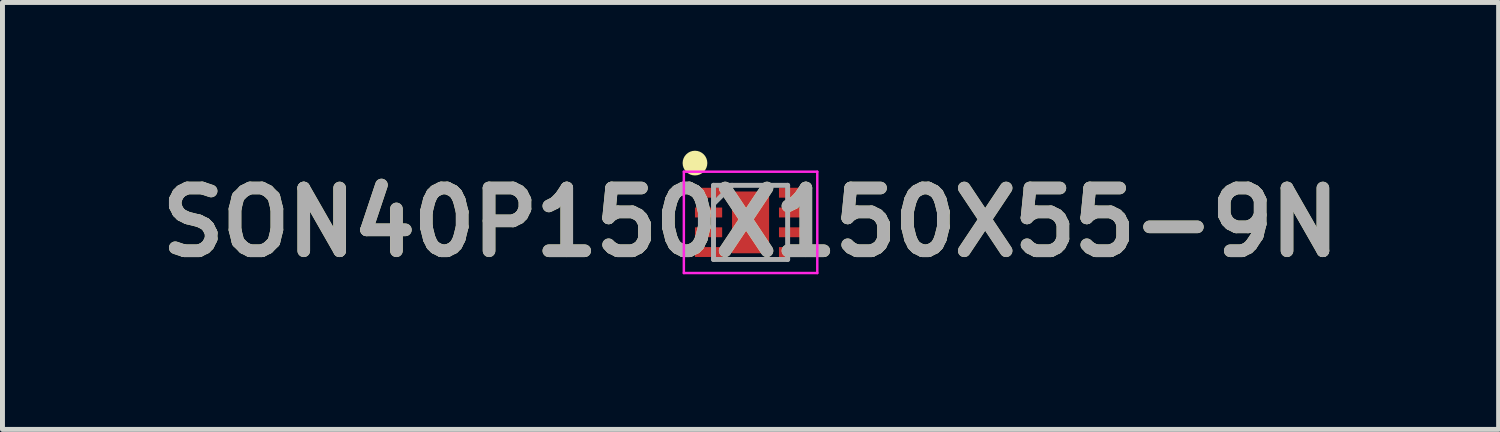
<source format=kicad_pcb>
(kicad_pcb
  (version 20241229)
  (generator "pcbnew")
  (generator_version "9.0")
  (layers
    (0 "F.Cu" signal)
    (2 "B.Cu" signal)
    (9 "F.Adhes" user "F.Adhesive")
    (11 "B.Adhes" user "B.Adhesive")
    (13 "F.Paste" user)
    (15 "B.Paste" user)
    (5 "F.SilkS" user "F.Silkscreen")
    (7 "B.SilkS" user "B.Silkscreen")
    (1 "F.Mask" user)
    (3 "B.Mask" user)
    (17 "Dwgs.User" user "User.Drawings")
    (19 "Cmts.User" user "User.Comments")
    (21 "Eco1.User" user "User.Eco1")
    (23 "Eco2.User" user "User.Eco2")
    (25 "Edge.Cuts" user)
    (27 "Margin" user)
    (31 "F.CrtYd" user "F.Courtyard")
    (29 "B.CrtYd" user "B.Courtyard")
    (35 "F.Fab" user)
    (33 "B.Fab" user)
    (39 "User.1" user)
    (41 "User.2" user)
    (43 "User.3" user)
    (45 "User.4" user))
  (footprint "SON40P150X150X55-9N"
    (layer "F.Cu")
    (at 12.138 1.45)
    (property "Reference" "SON40P150X150X55-9N" (at 0 0 0) (layer "F.SilkS") (effects (font (size 1.27 1.27) (thickness 0.254))))
    (attr smd)
    (fp_circle (center -1.125 -1.2) (end -1.125 -1.075) (stroke (width 0.25) (type solid)) (fill no) (layer "F.SilkS"))
    (fp_line (start -1.35 -1.025) (end 1.35 -1.025) (stroke (width 0.05) (type solid)) (layer "F.CrtYd"))
    (fp_line (start -1.35 1.025) (end -1.35 -1.025) (stroke (width 0.05) (type solid)) (layer "F.CrtYd"))
    (fp_line (start 1.35 -1.025) (end 1.35 1.025) (stroke (width 0.05) (type solid)) (layer "F.CrtYd"))
    (fp_line (start 1.35 1.025) (end -1.35 1.025) (stroke (width 0.05) (type solid)) (layer "F.CrtYd"))
    (fp_line (start -0.75 -0.75) (end 0.75 -0.75) (stroke (width 0.1) (type solid)) (layer "F.Fab"))
    (fp_line (start -0.75 -0.375) (end -0.375 -0.75) (stroke (width 0.1) (type solid)) (layer "F.Fab"))
    (fp_line (start -0.75 0.75) (end -0.75 -0.75) (stroke (width 0.1) (type solid)) (layer "F.Fab"))
    (fp_line (start 0.75 -0.75) (end 0.75 0.75) (stroke (width 0.1) (type solid)) (layer "F.Fab"))
    (fp_line (start 0.75 0.75) (end -0.75 0.75) (stroke (width 0.1) (type solid)) (layer "F.Fab"))
    (fp_text user "${REFERENCE}" (at 0 0 0) (layer "F.Fab") (effects (font (size 1.27 1.27) (thickness 0.254))))
    (pad "1" smd rect (at -0.85 -0.6 90) (size 0.2 0.55) (layers "F.Cu" "F.Mask" "F.Paste"))
    (pad "2" smd rect (at -0.85 -0.2 90) (size 0.2 0.55) (layers "F.Cu" "F.Mask" "F.Paste"))
    (pad "3" smd rect (at -0.85 0.2 90) (size 0.2 0.55) (layers "F.Cu" "F.Mask" "F.Paste"))
    (pad "4" smd rect (at -0.85 0.6 90) (size 0.2 0.55) (layers "F.Cu" "F.Mask" "F.Paste"))
    (pad "5" smd rect (at 0.85 0.6 90) (size 0.2 0.55) (layers "F.Cu" "F.Mask" "F.Paste"))
    (pad "6" smd rect (at 0.85 0.2 90) (size 0.2 0.55) (layers "F.Cu" "F.Mask" "F.Paste"))
    (pad "7" smd rect (at 0.85 -0.2 90) (size 0.2 0.55) (layers "F.Cu" "F.Mask" "F.Paste"))
    (pad "8" smd rect (at 0.85 -0.6 90) (size 0.2 0.55) (layers "F.Cu" "F.Mask" "F.Paste"))
    (pad "9" smd rect (at 0 0) (size 0.75 1.25) (layers "F.Cu" "F.Mask" "F.Paste")))
  (gr_rect
    (start -3 -3)
    (end 27.275 5.639)
    (stroke (width 0.1) (type default))
    (fill no)
    (layer "Edge.Cuts")))
</source>
